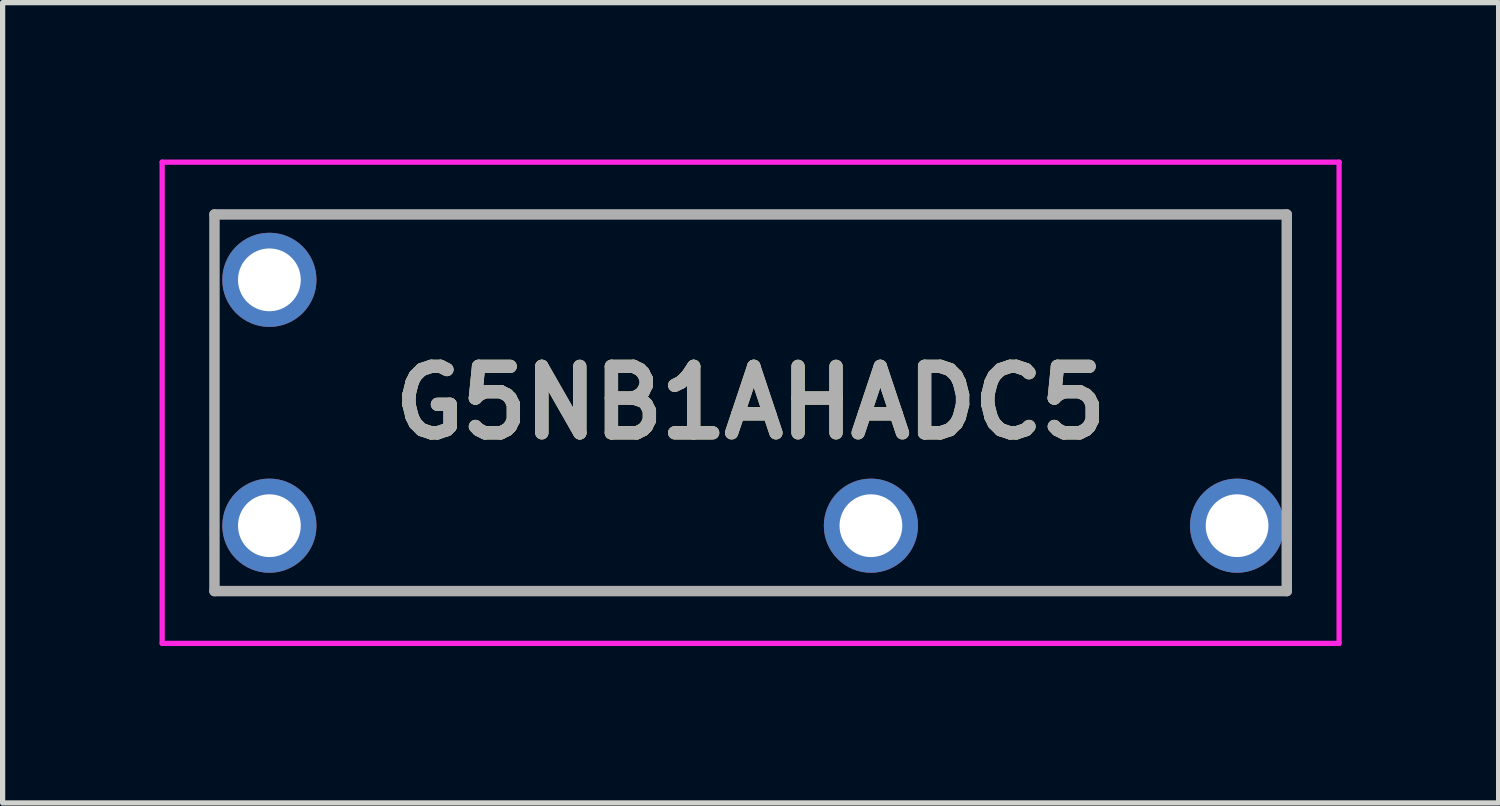
<source format=kicad_pcb>
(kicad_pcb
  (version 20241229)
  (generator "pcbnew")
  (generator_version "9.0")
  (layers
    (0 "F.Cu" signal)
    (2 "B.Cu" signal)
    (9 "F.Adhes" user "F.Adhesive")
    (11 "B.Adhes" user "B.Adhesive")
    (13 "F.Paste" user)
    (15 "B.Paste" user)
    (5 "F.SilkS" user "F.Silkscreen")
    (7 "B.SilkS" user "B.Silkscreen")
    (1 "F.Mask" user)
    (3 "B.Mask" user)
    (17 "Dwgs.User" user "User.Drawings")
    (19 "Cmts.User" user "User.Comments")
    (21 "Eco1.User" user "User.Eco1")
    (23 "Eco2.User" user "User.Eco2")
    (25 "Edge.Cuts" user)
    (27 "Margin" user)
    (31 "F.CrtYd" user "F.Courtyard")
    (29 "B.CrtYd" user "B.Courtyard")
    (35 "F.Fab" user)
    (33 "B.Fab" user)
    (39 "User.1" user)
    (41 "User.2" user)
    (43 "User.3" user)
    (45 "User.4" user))
  (footprint "G5NB1AHADC5"
    (layer "F.Cu")
    (at 2.1 7)
    (property "Reference" "G5NB1AHADC5" (at 9.2 -2.35 0) (layer "F.SilkS") (effects (font (size 1.27 1.27) (thickness 0.254))))
    (attr through_hole)
    (fp_line (start -1.05 -4.1) (end -1.05 -0.85) (stroke (width 0.1) (type solid)) (layer "F.SilkS"))
    (fp_line (start 0.95 -5.95) (end 19.45 -5.95) (stroke (width 0.1) (type solid)) (layer "F.SilkS"))
    (fp_line (start 0.95 1.25) (end 10.2 1.25) (stroke (width 0.1) (type solid)) (layer "F.SilkS"))
    (fp_line (start 12.2 1.25) (end 17.45 1.25) (stroke (width 0.1) (type solid)) (layer "F.SilkS"))
    (fp_line (start 19.45 -5.95) (end 19.45 -0.85) (stroke (width 0.1) (type solid)) (layer "F.SilkS"))
    (fp_line (start -2.05 -6.95) (end -2.05 2.25) (stroke (width 0.1) (type solid)) (layer "F.CrtYd"))
    (fp_line (start -2.05 2.25) (end 20.45 2.25) (stroke (width 0.1) (type solid)) (layer "F.CrtYd"))
    (fp_line (start 20.45 -6.95) (end -2.05 -6.95) (stroke (width 0.1) (type solid)) (layer "F.CrtYd"))
    (fp_line (start 20.45 2.25) (end 20.45 -6.95) (stroke (width 0.1) (type solid)) (layer "F.CrtYd"))
    (fp_line (start -1.05 -5.95) (end -1.05 1.25) (stroke (width 0.2) (type solid)) (layer "F.Fab"))
    (fp_line (start -1.05 1.25) (end 19.45 1.25) (stroke (width 0.2) (type solid)) (layer "F.Fab"))
    (fp_line (start 19.45 -5.95) (end -1.05 -5.95) (stroke (width 0.2) (type solid)) (layer "F.Fab"))
    (fp_line (start 19.45 1.25) (end 19.45 -5.95) (stroke (width 0.2) (type solid)) (layer "F.Fab"))
    (fp_text user "${REFERENCE}" (at 9.2 -2.35 0) (layer "F.Fab") (effects (font (size 1.27 1.27) (thickness 0.254))))
    (pad "1" thru_hole circle (at 0 0) (size 1.8 1.8) (drill 1.2) (layers "*.Cu" "*.Mask"))
    (pad "2" thru_hole circle (at 11.5 0) (size 1.8 1.8) (drill 1.2) (layers "*.Cu" "*.Mask"))
    (pad "3" thru_hole circle (at 18.5 0) (size 1.8 1.8) (drill 1.2) (layers "*.Cu" "*.Mask"))
    (pad "4" thru_hole circle (at 0 -4.7) (size 1.8 1.8) (drill 1.2) (layers "*.Cu" "*.Mask")))
  (gr_rect
    (start -3 -3)
    (end 25.6 12.3)
    (stroke (width 0.1) (type default))
    (fill no)
    (layer "Edge.Cuts")))
</source>
